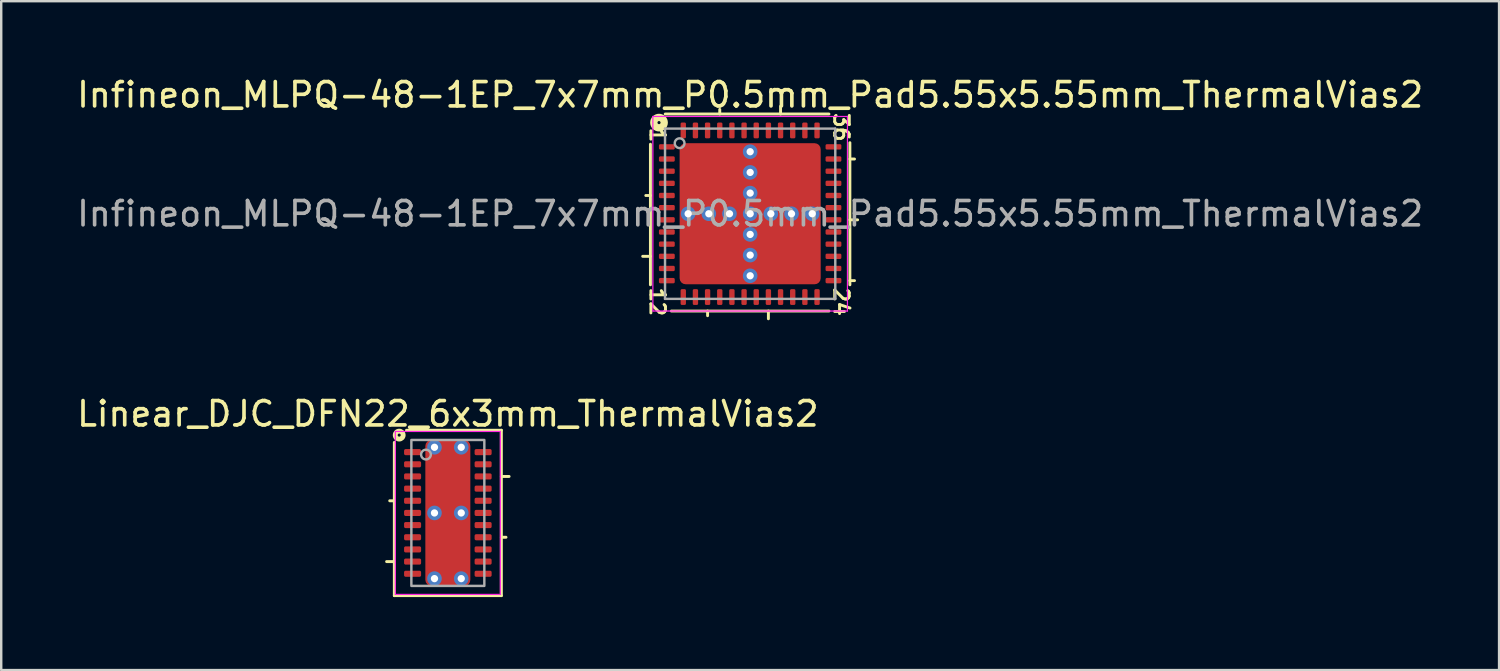
<source format=kicad_pcb>
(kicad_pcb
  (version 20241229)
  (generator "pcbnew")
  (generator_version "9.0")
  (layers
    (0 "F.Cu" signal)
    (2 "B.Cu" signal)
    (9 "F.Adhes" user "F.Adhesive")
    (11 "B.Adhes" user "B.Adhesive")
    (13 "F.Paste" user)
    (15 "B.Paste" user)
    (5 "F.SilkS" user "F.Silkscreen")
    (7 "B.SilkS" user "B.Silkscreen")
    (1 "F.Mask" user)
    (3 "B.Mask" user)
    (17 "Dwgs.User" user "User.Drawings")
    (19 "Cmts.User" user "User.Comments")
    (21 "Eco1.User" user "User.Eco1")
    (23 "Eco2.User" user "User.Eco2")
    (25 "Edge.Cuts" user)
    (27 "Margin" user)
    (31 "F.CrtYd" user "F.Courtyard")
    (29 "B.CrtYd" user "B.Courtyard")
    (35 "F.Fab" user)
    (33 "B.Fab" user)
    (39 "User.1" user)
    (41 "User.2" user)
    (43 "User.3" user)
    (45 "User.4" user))
  (footprint "Linear_DJC_DFN22_6x3mm_ThermalVias2"
    (layer "F.Cu")
    (at 15.363 18.039)
    (property "Reference" "Linear_DJC_DFN22_6x3mm_ThermalVias2" (at 0 -4.075 0) (layer "F.SilkS") (effects (font (size 1 1) (thickness 0.15))))
    (attr smd)
    (fp_line (start -2.2 -0.5) (end -2.39 -0.5) (stroke (width 0.12) (type solid)) (layer "F.SilkS"))
    (fp_line (start -2.2 2) (end -2.518 2) (stroke (width 0.12) (type solid)) (layer "F.SilkS"))
    (fp_line (start -2.2 3.4) (end -2.2 -2.9) (stroke (width 0.12) (type solid)) (layer "F.SilkS"))
    (fp_line (start -1.7 -3.4) (end 2.2 -3.4) (stroke (width 0.12) (type solid)) (layer "F.SilkS"))
    (fp_line (start 2.2 -3.4) (end 2.2 3.4) (stroke (width 0.12) (type solid)) (layer "F.SilkS"))
    (fp_line (start 2.2 -1.5) (end 2.518 -1.5) (stroke (width 0.12) (type solid)) (layer "F.SilkS"))
    (fp_line (start 2.2 1) (end 2.39 1) (stroke (width 0.12) (type solid)) (layer "F.SilkS"))
    (fp_line (start 2.2 3.4) (end -2.2 3.4) (stroke (width 0.12) (type solid)) (layer "F.SilkS"))
    (fp_circle (center -2 -3.2) (end -1.937 -3.2) (stroke (width 0.2) (type solid)) (fill no) (layer "F.SilkS"))
    (fp_line (start -2.159 -3.35) (end -2.159 3.35) (stroke (width 0.05) (type solid)) (layer "F.CrtYd"))
    (fp_line (start -2.159 -3.35) (end 2.159 -3.35) (stroke (width 0.05) (type solid)) (layer "F.CrtYd"))
    (fp_line (start -2.159 3.35) (end 2.159 3.35) (stroke (width 0.05) (type solid)) (layer "F.CrtYd"))
    (fp_line (start 2.159 -3.35) (end 2.159 3.35) (stroke (width 0.05) (type solid)) (layer "F.CrtYd"))
    (fp_rect (start -1.5 -3) (end 1.5 3) (stroke (width 0.1) (type solid)) (fill no) (layer "F.Fab"))
    (fp_circle (center -0.9 -2.4) (end -0.7 -2.4) (stroke (width 0.1) (type solid)) (fill no) (layer "F.Fab"))
    (pad "" smd roundrect (at -0.425 -1.875) (size 0.6 0.75) (layers "F.Paste") (roundrect_rratio 0.25))
    (pad "" smd roundrect (at -0.425 -0.887) (size 0.6 0.725) (layers "F.Paste") (roundrect_rratio 0.25))
    (pad "" smd roundrect (at -0.425 0.887) (size 0.6 0.725) (layers "F.Paste") (roundrect_rratio 0.25))
    (pad "" smd roundrect (at -0.425 1.875) (size 0.6 0.75) (layers "F.Paste") (roundrect_rratio 0.25))
    (pad "" smd roundrect (at 0 -1.417) (size 1.65 1.965) (layers "F.Mask") (roundrect_rratio 0.152))
    (pad "" smd roundrect (at 0 1.417) (size 1.65 1.965) (layers "F.Mask") (roundrect_rratio 0.152))
    (pad "" smd roundrect (at 0.425 -1.875) (size 0.6 0.75) (layers "F.Paste") (roundrect_rratio 0.25))
    (pad "" smd roundrect (at 0.425 -0.887) (size 0.6 0.725) (layers "F.Paste") (roundrect_rratio 0.25))
    (pad "" smd roundrect (at 0.425 0.887) (size 0.6 0.725) (layers "F.Paste") (roundrect_rratio 0.25))
    (pad "" smd roundrect (at 0.425 1.875) (size 0.6 0.75) (layers "F.Paste") (roundrect_rratio 0.25))
    (pad "1" smd roundrect (at -1.45 -2.5) (size 0.7 0.25) (layers "F.Cu" "F.Mask" "F.Paste") (roundrect_rratio 0.25))
    (pad "2" smd roundrect (at -1.45 -2) (size 0.7 0.25) (layers "F.Cu" "F.Mask" "F.Paste") (roundrect_rratio 0.25))
    (pad "3" smd roundrect (at -1.45 -1.5) (size 0.7 0.25) (layers "F.Cu" "F.Mask" "F.Paste") (roundrect_rratio 0.25))
    (pad "4" smd roundrect (at -1.45 -1) (size 0.7 0.25) (layers "F.Cu" "F.Mask" "F.Paste") (roundrect_rratio 0.25))
    (pad "5" smd roundrect (at -1.45 -0.5) (size 0.7 0.25) (layers "F.Cu" "F.Mask" "F.Paste") (roundrect_rratio 0.25))
    (pad "6" smd roundrect (at -1.45 0) (size 0.7 0.25) (layers "F.Cu" "F.Mask" "F.Paste") (roundrect_rratio 0.25))
    (pad "7" smd roundrect (at -1.45 0.5) (size 0.7 0.25) (layers "F.Cu" "F.Mask" "F.Paste") (roundrect_rratio 0.25))
    (pad "8" smd roundrect (at -1.45 1) (size 0.7 0.25) (layers "F.Cu" "F.Mask" "F.Paste") (roundrect_rratio 0.25))
    (pad "9" smd roundrect (at -1.45 1.5) (size 0.7 0.25) (layers "F.Cu" "F.Mask" "F.Paste") (roundrect_rratio 0.25))
    (pad "10" smd roundrect (at -1.45 2) (size 0.7 0.25) (layers "F.Cu" "F.Mask" "F.Paste") (roundrect_rratio 0.25))
    (pad "11" smd roundrect (at -1.45 2.5) (size 0.7 0.25) (layers "F.Cu" "F.Mask" "F.Paste") (roundrect_rratio 0.25))
    (pad "12" smd roundrect (at 1.45 2.5) (size 0.7 0.25) (layers "F.Cu" "F.Mask" "F.Paste") (roundrect_rratio 0.25))
    (pad "13" smd roundrect (at 1.45 2) (size 0.7 0.25) (layers "F.Cu" "F.Mask" "F.Paste") (roundrect_rratio 0.25))
    (pad "14" smd roundrect (at 1.45 1.5) (size 0.7 0.25) (layers "F.Cu" "F.Mask" "F.Paste") (roundrect_rratio 0.25))
    (pad "15" smd roundrect (at 1.45 1) (size 0.7 0.25) (layers "F.Cu" "F.Mask" "F.Paste") (roundrect_rratio 0.25))
    (pad "16" smd roundrect (at 1.45 0.5) (size 0.7 0.25) (layers "F.Cu" "F.Mask" "F.Paste") (roundrect_rratio 0.25))
    (pad "17" smd roundrect (at 1.45 0) (size 0.7 0.25) (layers "F.Cu" "F.Mask" "F.Paste") (roundrect_rratio 0.25))
    (pad "18" smd roundrect (at 1.45 -0.5) (size 0.7 0.25) (layers "F.Cu" "F.Mask" "F.Paste") (roundrect_rratio 0.25))
    (pad "19" smd roundrect (at 1.45 -1) (size 0.7 0.25) (layers "F.Cu" "F.Mask" "F.Paste") (roundrect_rratio 0.25))
    (pad "20" smd roundrect (at 1.45 -1.5) (size 0.7 0.25) (layers "F.Cu" "F.Mask" "F.Paste") (roundrect_rratio 0.25))
    (pad "21" smd roundrect (at 1.45 -2) (size 0.7 0.25) (layers "F.Cu" "F.Mask" "F.Paste") (roundrect_rratio 0.25))
    (pad "22" smd roundrect (at 1.45 -2.5) (size 0.7 0.25) (layers "F.Cu" "F.Mask" "F.Paste") (roundrect_rratio 0.25))
    (pad "23" thru_hole circle (at -0.55 -2.7) (size 0.6 0.6) (drill 0.3) (property pad_prop_heatsink) (layers "*.Cu" "*.Mask"))
    (pad "23" thru_hole circle (at -0.55 0) (size 0.6 0.6) (drill 0.3) (property pad_prop_heatsink) (layers "*.Cu" "*.Mask"))
    (pad "23" thru_hole circle (at -0.55 2.7) (size 0.6 0.6) (drill 0.3) (property pad_prop_heatsink) (layers "*.Cu" "*.Mask"))
    (pad "23" smd roundrect (at 0 0) (size 1.85 6) (layers "F.Cu") (roundrect_rratio 0.135))
    (pad "23" thru_hole circle (at 0.55 -2.7) (size 0.6 0.6) (drill 0.3) (property pad_prop_heatsink) (layers "*.Cu" "*.Mask"))
    (pad "23" thru_hole circle (at 0.55 0) (size 0.6 0.6) (drill 0.3) (property pad_prop_heatsink) (layers "*.Cu" "*.Mask"))
    (pad "23" thru_hole circle (at 0.55 2.7) (size 0.6 0.6) (drill 0.3) (property pad_prop_heatsink) (layers "*.Cu" "*.Mask")))
  (footprint "Infineon_MLPQ-48-1EP_7x7mm_P0.5mm_Pad5.55x5.55mm_ThermalVias2"
    (layer "F.Cu")
    (at 27.792 5.738)
    (property "Reference" "Infineon_MLPQ-48-1EP_7x7mm_P0.5mm_Pad5.55x5.55mm_ThermalVias2" (at 0 -4.889 0) (layer "F.SilkS") (effects (font (size 1 1) (thickness 0.15))))
    (attr smd)
    (fp_line (start -4.418 1.75) (end -4.1 1.75) (stroke (width 0.12) (type solid)) (layer "F.SilkS"))
    (fp_line (start -4.29 -0.75) (end -4.1 -0.75) (stroke (width 0.12) (type solid)) (layer "F.SilkS"))
    (fp_line (start -4.1 -2.857) (end -4.1 2.921) (stroke (width 0.12) (type solid)) (layer "F.SilkS"))
    (fp_line (start -3.239 4) (end 3.239 4) (stroke (width 0.12) (type solid)) (layer "F.SilkS"))
    (fp_line (start -1.75 4.191) (end -1.75 4) (stroke (width 0.12) (type solid)) (layer "F.SilkS"))
    (fp_line (start -1.25 -4.29) (end -1.25 -4.1) (stroke (width 0.12) (type solid)) (layer "F.SilkS"))
    (fp_line (start 0.75 4.318) (end 0.75 4) (stroke (width 0.12) (type solid)) (layer "F.SilkS"))
    (fp_line (start 1.25 -4.418) (end 1.25 -4.1) (stroke (width 0.12) (type solid)) (layer "F.SilkS"))
    (fp_line (start 3.239 -4.1) (end -3.493 -4.1) (stroke (width 0.12) (type solid)) (layer "F.SilkS"))
    (fp_line (start 4.1 2.921) (end 4.1 -2.921) (stroke (width 0.12) (type solid)) (layer "F.SilkS"))
    (fp_line (start 4.29 -2.25) (end 4.1 -2.25) (stroke (width 0.12) (type solid)) (layer "F.SilkS"))
    (fp_line (start 4.29 2.75) (end 4.1 2.75) (stroke (width 0.12) (type solid)) (layer "F.SilkS"))
    (fp_line (start 4.418 0.25) (end 4.1 0.25) (stroke (width 0.12) (type solid)) (layer "F.SilkS"))
    (fp_circle (center -3.747 -3.747) (end -3.683 -3.747) (stroke (width 0.3) (type solid)) (fill no) (layer "F.SilkS"))
    (fp_line (start -4 -4) (end -4 4) (stroke (width 0.05) (type solid)) (layer "F.CrtYd"))
    (fp_line (start -4 4) (end 4 4) (stroke (width 0.05) (type solid)) (layer "F.CrtYd"))
    (fp_line (start 4 -4) (end -4 -4) (stroke (width 0.05) (type solid)) (layer "F.CrtYd"))
    (fp_line (start 4 4) (end 4 -4) (stroke (width 0.05) (type solid)) (layer "F.CrtYd"))
    (fp_line (start -3.5 3.5) (end -3.5 -3.5) (stroke (width 0.1) (type solid)) (layer "F.Fab"))
    (fp_line (start 3.5 -3.5) (end -3.5 -3.5) (stroke (width 0.1) (type solid)) (layer "F.Fab"))
    (fp_line (start 3.5 -3.5) (end 3.5 3.5) (stroke (width 0.1) (type solid)) (layer "F.Fab"))
    (fp_line (start 3.5 3.5) (end -3.5 3.5) (stroke (width 0.1) (type solid)) (layer "F.Fab"))
    (fp_circle (center -2.9 -2.9) (end -2.7 -2.9) (stroke (width 0.1) (type solid)) (fill no) (layer "F.Fab"))
    (fp_text user "1" (at -3.81 -3.239 270) (unlocked yes) (layer "F.SilkS") (effects (font (size 0.6 0.6) (thickness 0.12))))
    (fp_text user "36" (at 3.747 -3.556 270) (unlocked yes) (layer "F.SilkS") (effects (font (size 0.6 0.6) (thickness 0.12))))
    (fp_text user "12" (at -3.81 3.619 270) (unlocked yes) (layer "F.SilkS") (effects (font (size 0.6 0.6) (thickness 0.12))))
    (fp_text user "24" (at 3.747 3.619 270) (unlocked yes) (layer "F.SilkS") (effects (font (size 0.6 0.6) (thickness 0.12))))
    (fp_text user "${REFERENCE}" (at 0 0 0) (layer "F.Fab") (effects (font (size 1 1) (thickness 0.15))))
    (pad "" smd roundrect (at -2.15 -2.175) (size 1 1.05) (layers "F.Paste") (roundrect_rratio 0.25) (chamfer_ratio 0.4) (chamfer top_left))
    (pad "" smd roundrect (at -2.15 -0.925) (size 1 1.05) (layers "F.Paste") (roundrect_rratio 0.25))
    (pad "" smd roundrect (at -2.15 0.925) (size 1 1.05) (layers "F.Paste") (roundrect_rratio 0.25))
    (pad "" smd roundrect (at -2.15 2.175) (size 1 1.05) (layers "F.Paste") (roundrect_rratio 0.25))
    (pad "" smd roundrect (at -1.538 -1.538) (size 2.475 2.475) (layers "F.Mask") (roundrect_rratio 0.101) (chamfer_ratio 0.16) (chamfer top_left))
    (pad "" smd roundrect (at -1.538 1.538) (size 2.475 2.475) (layers "F.Mask") (roundrect_rratio 0.101))
    (pad "" smd roundrect (at -0.9 -2.175) (size 1 1.05) (layers "F.Paste") (roundrect_rratio 0.25))
    (pad "" smd roundrect (at -0.9 -0.925) (size 1 1.05) (layers "F.Paste") (roundrect_rratio 0.25))
    (pad "" smd roundrect (at -0.9 0.925) (size 1 1.05) (layers "F.Paste") (roundrect_rratio 0.25))
    (pad "" smd roundrect (at -0.9 2.175) (size 1 1.05) (layers "F.Paste") (roundrect_rratio 0.25))
    (pad "" smd roundrect (at 0.9 -2.175) (size 1 1.05) (layers "F.Paste") (roundrect_rratio 0.25))
    (pad "" smd roundrect (at 0.9 -0.925) (size 1 1.05) (layers "F.Paste") (roundrect_rratio 0.25))
    (pad "" smd roundrect (at 0.9 0.925) (size 1 1.05) (layers "F.Paste") (roundrect_rratio 0.25))
    (pad "" smd roundrect (at 0.9 2.175) (size 1 1.05) (layers "F.Paste") (roundrect_rratio 0.25))
    (pad "" smd roundrect (at 1.538 -1.538) (size 2.475 2.475) (layers "F.Mask") (roundrect_rratio 0.101))
    (pad "" smd roundrect (at 1.538 1.538) (size 2.475 2.475) (layers "F.Mask") (roundrect_rratio 0.101))
    (pad "" smd roundrect (at 2.15 -2.175) (size 1 1.05) (layers "F.Paste") (roundrect_rratio 0.25))
    (pad "" smd roundrect (at 2.15 -0.925) (size 1 1.05) (layers "F.Paste") (roundrect_rratio 0.25))
    (pad "" smd roundrect (at 2.15 0.925) (size 1 1.05) (layers "F.Paste") (roundrect_rratio 0.25))
    (pad "" smd roundrect (at 2.15 2.175) (size 1 1.05) (layers "F.Paste") (roundrect_rratio 0.25))
    (pad "1" smd roundrect (at -3.425 -2.75) (size 0.65 0.22) (layers "F.Cu" "F.Mask" "F.Paste") (roundrect_rratio 0.25))
    (pad "2" smd roundrect (at -3.425 -2.25) (size 0.65 0.22) (layers "F.Cu" "F.Mask" "F.Paste") (roundrect_rratio 0.25))
    (pad "3" smd roundrect (at -3.425 -1.75) (size 0.65 0.22) (layers "F.Cu" "F.Mask" "F.Paste") (roundrect_rratio 0.25))
    (pad "4" smd roundrect (at -3.425 -1.25) (size 0.65 0.22) (layers "F.Cu" "F.Mask" "F.Paste") (roundrect_rratio 0.25))
    (pad "5" smd roundrect (at -3.425 -0.75) (size 0.65 0.22) (layers "F.Cu" "F.Mask" "F.Paste") (roundrect_rratio 0.25))
    (pad "6" smd roundrect (at -3.425 -0.25) (size 0.65 0.22) (layers "F.Cu" "F.Mask" "F.Paste") (roundrect_rratio 0.25))
    (pad "7" smd roundrect (at -3.425 0.25) (size 0.65 0.22) (layers "F.Cu" "F.Mask" "F.Paste") (roundrect_rratio 0.25))
    (pad "8" smd roundrect (at -3.425 0.75) (size 0.65 0.22) (layers "F.Cu" "F.Mask" "F.Paste") (roundrect_rratio 0.25))
    (pad "9" smd roundrect (at -3.425 1.25) (size 0.65 0.22) (layers "F.Cu" "F.Mask" "F.Paste") (roundrect_rratio 0.25))
    (pad "10" smd roundrect (at -3.425 1.75) (size 0.65 0.22) (layers "F.Cu" "F.Mask" "F.Paste") (roundrect_rratio 0.25))
    (pad "11" smd roundrect (at -3.425 2.25) (size 0.65 0.22) (layers "F.Cu" "F.Mask" "F.Paste") (roundrect_rratio 0.25))
    (pad "12" smd roundrect (at -3.425 2.75) (size 0.65 0.22) (layers "F.Cu" "F.Mask" "F.Paste") (roundrect_rratio 0.25))
    (pad "13" smd roundrect (at -2.75 3.425) (size 0.22 0.65) (layers "F.Cu" "F.Mask" "F.Paste") (roundrect_rratio 0.25))
    (pad "14" smd roundrect (at -2.25 3.425) (size 0.22 0.65) (layers "F.Cu" "F.Mask" "F.Paste") (roundrect_rratio 0.25))
    (pad "15" smd roundrect (at -1.75 3.425) (size 0.22 0.65) (layers "F.Cu" "F.Mask" "F.Paste") (roundrect_rratio 0.25))
    (pad "16" smd roundrect (at -1.25 3.425) (size 0.22 0.65) (layers "F.Cu" "F.Mask" "F.Paste") (roundrect_rratio 0.25))
    (pad "17" smd roundrect (at -0.75 3.425) (size 0.22 0.65) (layers "F.Cu" "F.Mask" "F.Paste") (roundrect_rratio 0.25))
    (pad "18" smd roundrect (at -0.25 3.425) (size 0.22 0.65) (layers "F.Cu" "F.Mask" "F.Paste") (roundrect_rratio 0.25))
    (pad "19" smd roundrect (at 0.25 3.425) (size 0.22 0.65) (layers "F.Cu" "F.Mask" "F.Paste") (roundrect_rratio 0.25))
    (pad "20" smd roundrect (at 0.75 3.425) (size 0.22 0.65) (layers "F.Cu" "F.Mask" "F.Paste") (roundrect_rratio 0.25))
    (pad "21" smd roundrect (at 1.25 3.425) (size 0.22 0.65) (layers "F.Cu" "F.Mask" "F.Paste") (roundrect_rratio 0.25))
    (pad "22" smd roundrect (at 1.75 3.425) (size 0.22 0.65) (layers "F.Cu" "F.Mask" "F.Paste") (roundrect_rratio 0.25))
    (pad "23" smd roundrect (at 2.25 3.425) (size 0.22 0.65) (layers "F.Cu" "F.Mask" "F.Paste") (roundrect_rratio 0.25))
    (pad "24" smd roundrect (at 2.75 3.425) (size 0.22 0.65) (layers "F.Cu" "F.Mask" "F.Paste") (roundrect_rratio 0.25))
    (pad "25" smd roundrect (at 3.425 2.75) (size 0.65 0.22) (layers "F.Cu" "F.Mask" "F.Paste") (roundrect_rratio 0.25))
    (pad "26" smd roundrect (at 3.425 2.25) (size 0.65 0.22) (layers "F.Cu" "F.Mask" "F.Paste") (roundrect_rratio 0.25))
    (pad "27" smd roundrect (at 3.425 1.75) (size 0.65 0.22) (layers "F.Cu" "F.Mask" "F.Paste") (roundrect_rratio 0.25))
    (pad "28" smd roundrect (at 3.425 1.25) (size 0.65 0.22) (layers "F.Cu" "F.Mask" "F.Paste") (roundrect_rratio 0.25))
    (pad "29" smd roundrect (at 3.425 0.75) (size 0.65 0.22) (layers "F.Cu" "F.Mask" "F.Paste") (roundrect_rratio 0.25))
    (pad "30" smd roundrect (at 3.425 0.25) (size 0.65 0.22) (layers "F.Cu" "F.Mask" "F.Paste") (roundrect_rratio 0.25))
    (pad "31" smd roundrect (at 3.425 -0.25) (size 0.65 0.22) (layers "F.Cu" "F.Mask" "F.Paste") (roundrect_rratio 0.25))
    (pad "32" smd roundrect (at 3.425 -0.75) (size 0.65 0.22) (layers "F.Cu" "F.Mask" "F.Paste") (roundrect_rratio 0.25))
    (pad "33" smd roundrect (at 3.425 -1.25) (size 0.65 0.22) (layers "F.Cu" "F.Mask" "F.Paste") (roundrect_rratio 0.25))
    (pad "34" smd roundrect (at 3.425 -1.75) (size 0.65 0.22) (layers "F.Cu" "F.Mask" "F.Paste") (roundrect_rratio 0.25))
    (pad "35" smd roundrect (at 3.425 -2.25) (size 0.65 0.22) (layers "F.Cu" "F.Mask" "F.Paste") (roundrect_rratio 0.25))
    (pad "36" smd roundrect (at 3.425 -2.75) (size 0.65 0.22) (layers "F.Cu" "F.Mask" "F.Paste") (roundrect_rratio 0.25))
    (pad "37" smd roundrect (at 2.75 -3.425) (size 0.22 0.65) (layers "F.Cu" "F.Mask" "F.Paste") (roundrect_rratio 0.25))
    (pad "38" smd roundrect (at 2.25 -3.425) (size 0.22 0.65) (layers "F.Cu" "F.Mask" "F.Paste") (roundrect_rratio 0.25))
    (pad "39" smd roundrect (at 1.75 -3.425) (size 0.22 0.65) (layers "F.Cu" "F.Mask" "F.Paste") (roundrect_rratio 0.25))
    (pad "40" smd roundrect (at 1.25 -3.425) (size 0.22 0.65) (layers "F.Cu" "F.Mask" "F.Paste") (roundrect_rratio 0.25))
    (pad "41" smd roundrect (at 0.75 -3.425) (size 0.22 0.65) (layers "F.Cu" "F.Mask" "F.Paste") (roundrect_rratio 0.25))
    (pad "42" smd roundrect (at 0.25 -3.425) (size 0.22 0.65) (layers "F.Cu" "F.Mask" "F.Paste") (roundrect_rratio 0.25))
    (pad "43" smd roundrect (at -0.25 -3.425) (size 0.22 0.65) (layers "F.Cu" "F.Mask" "F.Paste") (roundrect_rratio 0.25))
    (pad "44" smd roundrect (at -0.75 -3.425) (size 0.22 0.65) (layers "F.Cu" "F.Mask" "F.Paste") (roundrect_rratio 0.25))
    (pad "45" smd roundrect (at -1.25 -3.425) (size 0.22 0.65) (layers "F.Cu" "F.Mask" "F.Paste") (roundrect_rratio 0.25))
    (pad "46" smd roundrect (at -1.75 -3.425) (size 0.22 0.65) (layers "F.Cu" "F.Mask" "F.Paste") (roundrect_rratio 0.25))
    (pad "47" smd roundrect (at -2.25 -3.425) (size 0.22 0.65) (layers "F.Cu" "F.Mask" "F.Paste") (roundrect_rratio 0.25))
    (pad "48" smd roundrect (at -2.75 -3.425) (size 0.22 0.65) (layers "F.Cu" "F.Mask" "F.Paste") (roundrect_rratio 0.25))
    (pad "49" thru_hole circle (at -2.55 0) (size 0.6 0.6) (drill 0.3) (property pad_prop_heatsink) (layers "*.Cu" "*.Mask"))
    (pad "49" thru_hole circle (at -1.7 0) (size 0.6 0.6) (drill 0.3) (property pad_prop_heatsink) (layers "*.Cu" "*.Mask"))
    (pad "49" thru_hole circle (at -0.85 0) (size 0.6 0.6) (drill 0.3) (property pad_prop_heatsink) (layers "*.Cu" "*.Mask"))
    (pad "49" thru_hole circle (at 0 -2.55) (size 0.6 0.6) (drill 0.3) (property pad_prop_heatsink) (layers "*.Cu" "*.Mask"))
    (pad "49" thru_hole circle (at 0 -1.7) (size 0.6 0.6) (drill 0.3) (property pad_prop_heatsink) (layers "*.Cu" "*.Mask"))
    (pad "49" thru_hole circle (at 0 -0.85) (size 0.6 0.6) (drill 0.3) (property pad_prop_heatsink) (layers "*.Cu" "*.Mask"))
    (pad "49" thru_hole circle (at 0 0) (size 0.6 0.6) (drill 0.3) (property pad_prop_heatsink) (layers "*.Cu" "*.Mask"))
    (pad "49" smd roundrect (at 0 0) (size 5.8 5.8) (layers "F.Cu") (roundrect_rratio 0.043))
    (pad "49" thru_hole circle (at 0 0.85) (size 0.6 0.6) (drill 0.3) (property pad_prop_heatsink) (layers "*.Cu" "*.Mask"))
    (pad "49" thru_hole circle (at 0 1.7) (size 0.6 0.6) (drill 0.3) (property pad_prop_heatsink) (layers "*.Cu" "*.Mask"))
    (pad "49" thru_hole circle (at 0 2.55) (size 0.6 0.6) (drill 0.3) (property pad_prop_heatsink) (layers "*.Cu" "*.Mask"))
    (pad "49" thru_hole circle (at 0.85 0) (size 0.6 0.6) (drill 0.3) (property pad_prop_heatsink) (layers "*.Cu" "*.Mask"))
    (pad "49" thru_hole circle (at 1.7 0) (size 0.6 0.6) (drill 0.3) (property pad_prop_heatsink) (layers "*.Cu" "*.Mask"))
    (pad "49" thru_hole circle (at 2.55 0) (size 0.6 0.6) (drill 0.3) (property pad_prop_heatsink) (layers "*.Cu" "*.Mask")))
  (gr_rect
    (start -3 -3)
    (end 58.583 24.499)
    (stroke (width 0.1) (type default))
    (fill no)
    (layer "Edge.Cuts")))
</source>
